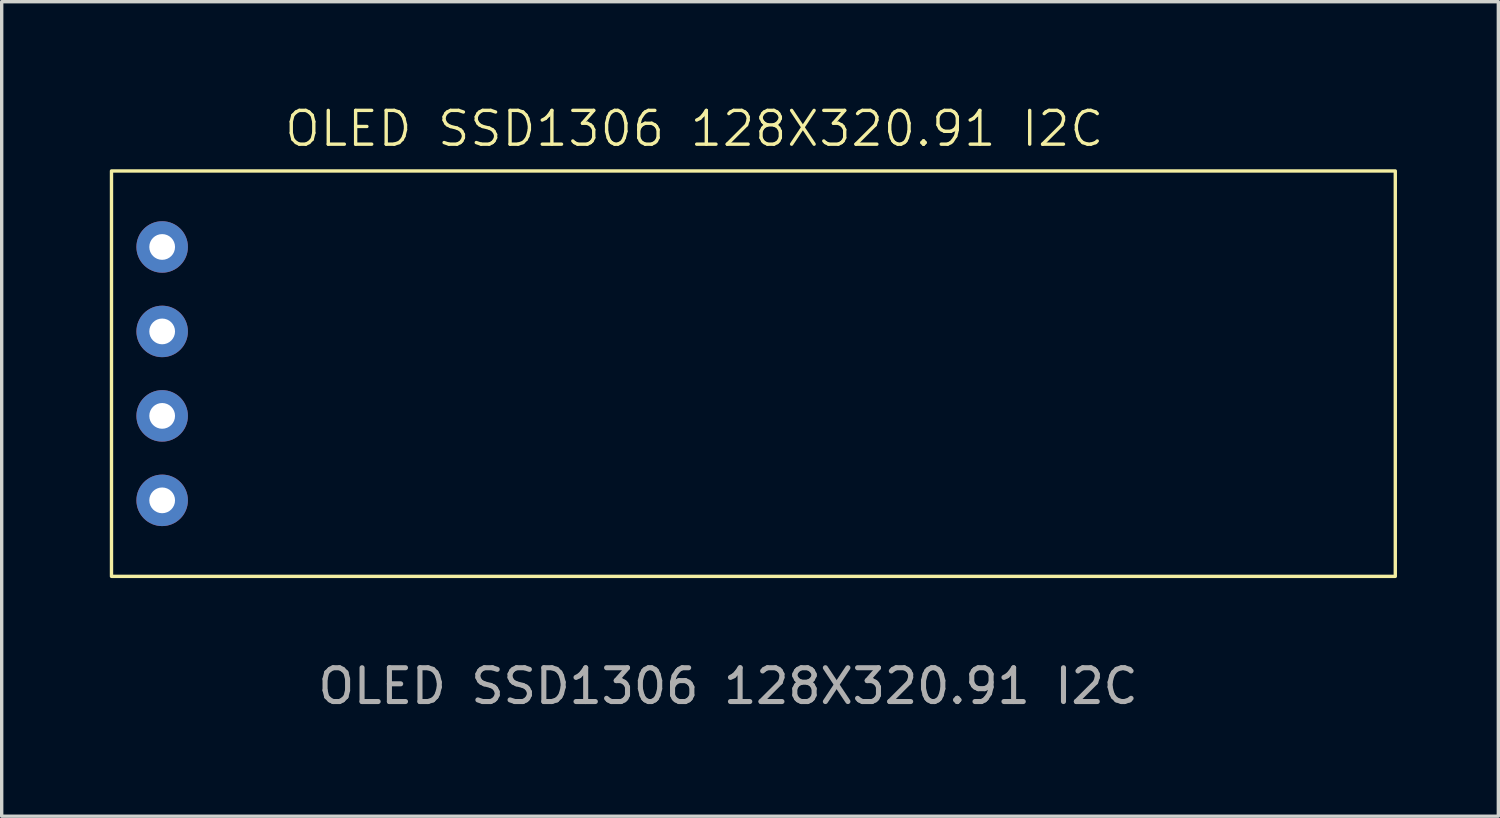
<source format=kicad_pcb>
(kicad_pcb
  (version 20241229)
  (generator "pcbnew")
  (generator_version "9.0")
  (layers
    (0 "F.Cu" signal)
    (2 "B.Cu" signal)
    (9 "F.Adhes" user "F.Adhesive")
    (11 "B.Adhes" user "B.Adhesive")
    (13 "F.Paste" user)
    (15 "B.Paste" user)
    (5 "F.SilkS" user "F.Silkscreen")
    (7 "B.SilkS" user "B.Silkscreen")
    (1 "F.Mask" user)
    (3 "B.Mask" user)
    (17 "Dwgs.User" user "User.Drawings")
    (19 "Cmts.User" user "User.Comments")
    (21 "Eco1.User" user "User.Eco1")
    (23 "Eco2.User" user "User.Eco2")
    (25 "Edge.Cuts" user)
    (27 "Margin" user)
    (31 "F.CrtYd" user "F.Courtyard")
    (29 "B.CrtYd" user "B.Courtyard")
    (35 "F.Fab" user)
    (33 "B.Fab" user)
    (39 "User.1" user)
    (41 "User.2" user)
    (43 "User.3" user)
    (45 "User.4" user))
  (footprint "OLED SSD1306 128X320.91 I2C"
    (layer "F.Cu")
    (at 0.25 2.01)
    (property "Reference" "OLED SSD1306 128X320.91 I2C" (at 17.25 -1.25 0) (unlocked yes) (layer "F.SilkS") (effects (font (size 1 1) (thickness 0.1))))
    (attr through_hole)
    (fp_rect (start 0 0) (end 38 12) (stroke (width 0.1) (type default)) (fill no) (layer "F.SilkS"))
    (fp_text user "${REFERENCE}" (at 18.25 15.25 0) (unlocked yes) (layer "F.Fab") (effects (font (size 1 1) (thickness 0.15))))
    (pad "1" thru_hole circle (at 1.5 2.25) (size 1.524 1.524) (drill 0.762) (layers "*.Cu" "*.Mask"))
    (pad "2" thru_hole circle (at 1.5 4.75) (size 1.524 1.524) (drill 0.762) (layers "*.Cu" "*.Mask"))
    (pad "3" thru_hole circle (at 1.5 7.25) (size 1.524 1.524) (drill 0.762) (layers "*.Cu" "*.Mask"))
    (pad "4" thru_hole circle (at 1.5 9.75) (size 1.524 1.524) (drill 0.762) (layers "*.Cu" "*.Mask")))
  (gr_rect
    (start -3 -3)
    (end 41.3 21.109)
    (stroke (width 0.1) (type default))
    (fill no)
    (layer "Edge.Cuts")))
</source>
